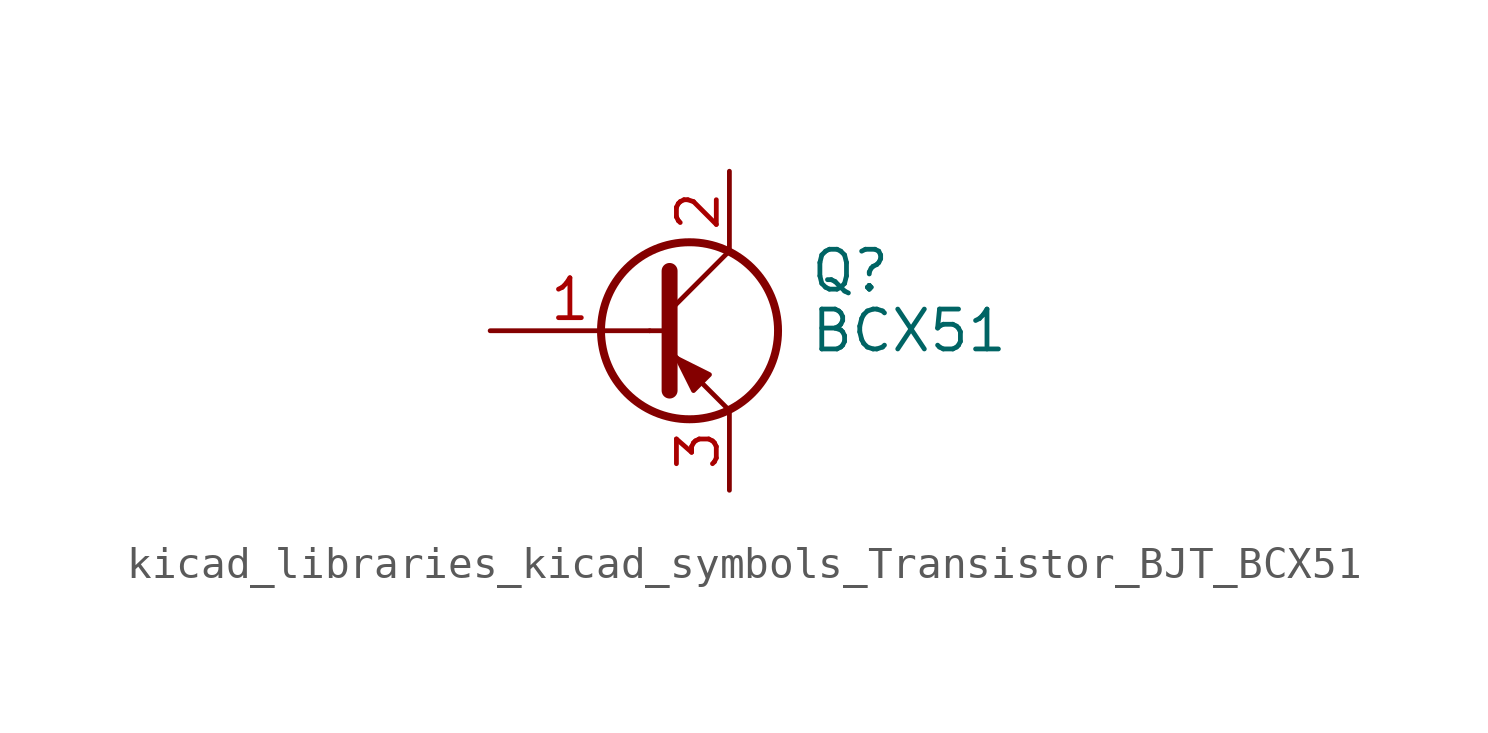
<source format=kicad_sym>
(kicad_symbol_lib
  (version 20220914)
  (generator kicad_symbol_editor)
  (symbol "kicad_libraries_kicad_symbols_Transistor_BJT_BCX51"
    (pin_names
      (offset 0) hide)
    (property "Reference" "Q"
      (at 5.08 1.905 0)
      (effects (font (size 1.27 1.27)) (justify left)))
    (property "Value" "BCX51"
      (at 5.08 0 0)
      (effects (font (size 1.27 1.27)) (justify left)))
    (symbol "kicad_libraries_kicad_symbols_Transistor_BJT_BCX51_0_1"
      (polyline (pts (xy 0 0) (xy 0.635 0)) (stroke (width 0) (type default)) (fill (type none)))
      (polyline (pts (xy 2.54 -2.54) (xy 0.635 -0.635)) (stroke (width 0) (type default)) (fill (type none)))
      (polyline (pts (xy 2.54 2.54) (xy 0.635 0.635)) (stroke (width 0) (type default)) (fill (type none)))
      (polyline (pts (xy 0.635 1.905) (xy 0.635 -1.905) (xy 0.635 -1.905)) (stroke (width 0.508) (type default)) (fill (type outline)))
      (polyline (pts (xy 1.397 -1.905) (xy 1.905 -1.397) (xy 0.889 -0.889) (xy 1.397 -1.905) (xy 1.397 -1.905)) (stroke (width 0) (type default)) (fill (type outline)))
      (circle (center 1.27 0) (radius 2.819) (stroke (width 0.254) (type default)) (fill (type none))))
    (symbol "kicad_libraries_kicad_symbols_Transistor_BJT_BCX51_1_1"
      (pin input line (at -5.08 0 0) (length 5.08) (name "B" (effects (font (size 1.27 1.27)))) (number "1" (effects (font (size 1.27 1.27)))))
      (pin passive line (at 2.54 5.08 270) (length 2.54) (name "C" (effects (font (size 1.27 1.27)))) (number "2" (effects (font (size 1.27 1.27)))))
      (pin passive line (at 2.54 -5.08 90) (length 2.54) (name "E" (effects (font (size 1.27 1.27)))) (number "3" (effects (font (size 1.27 1.27))))))))
</source>
